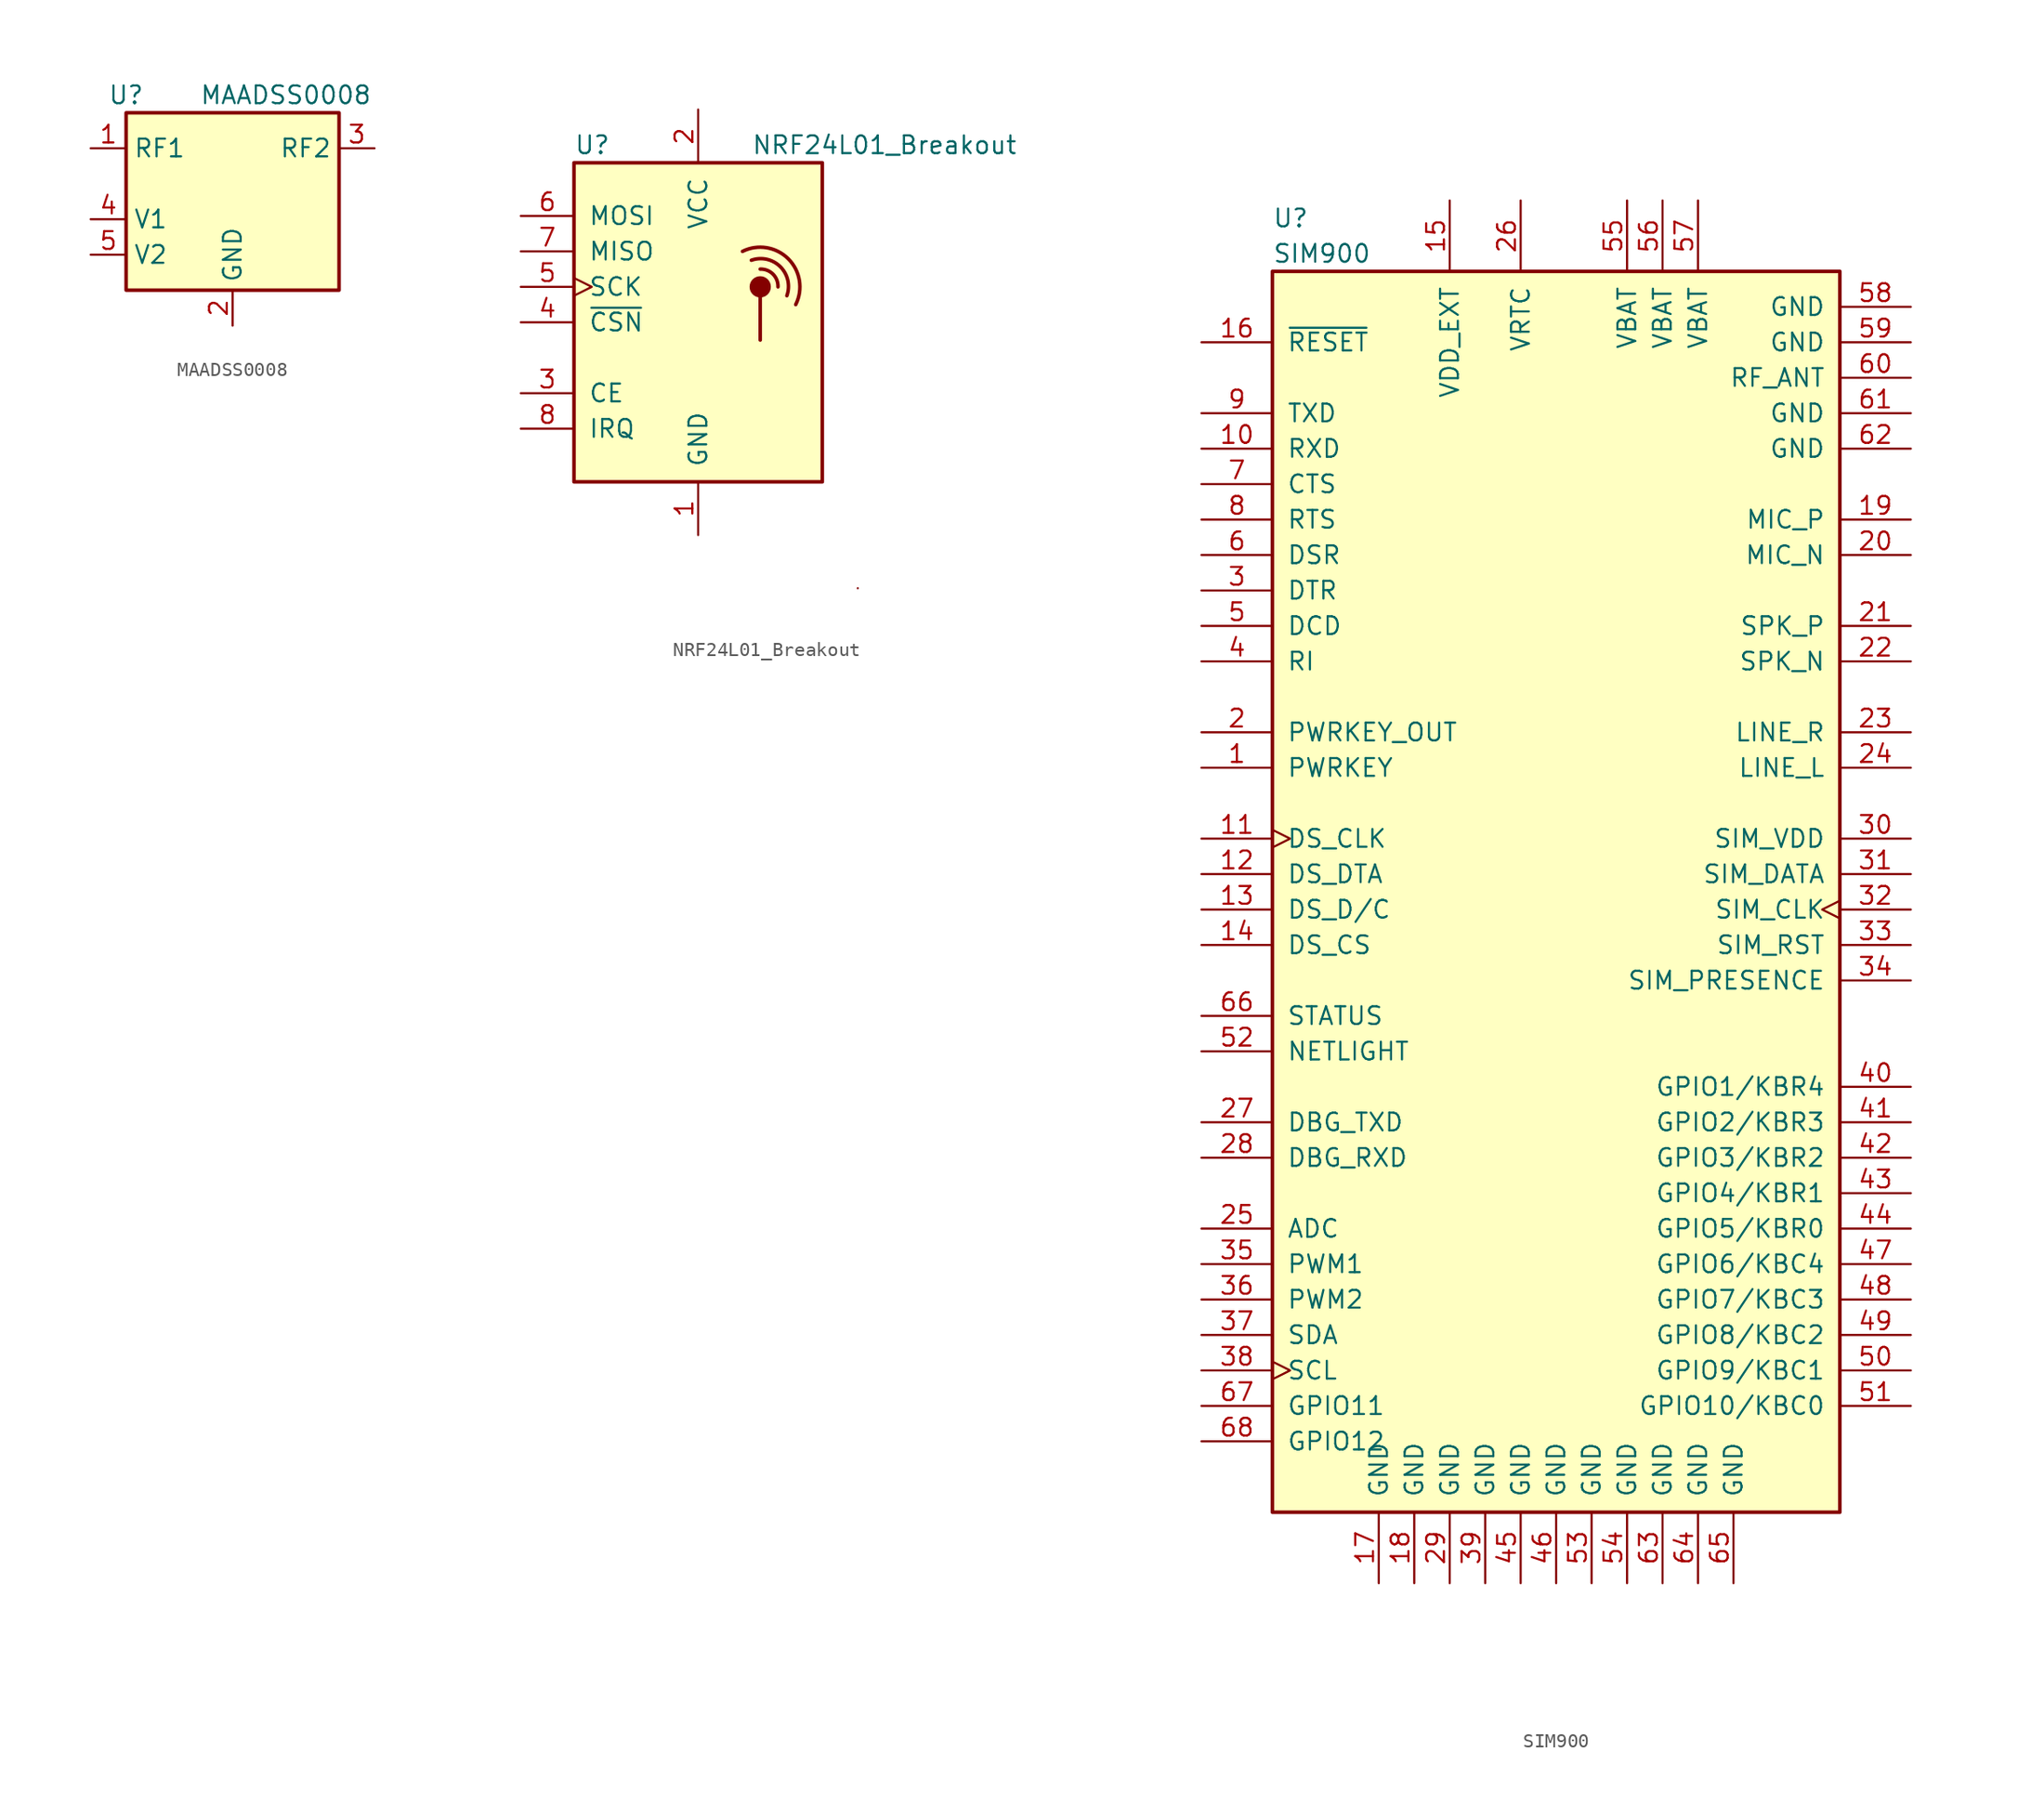
<source format=kicad_sym>
(kicad_symbol_lib
  (version 20231120)
  (generator "kicad_symbol_editor")
  (generator_version "8.0")
  (symbol "MAADSS0008"
    (property "Reference" "U"
      (at -7.62 6.35 0)
      (effects (font (size 1.27 1.27))))
    (property "Value" "MAADSS0008"
      (at 3.81 6.35 0)
      (effects (font (size 1.27 1.27))))
    (symbol "MAADSS0008_0_1"
      (rectangle (start -7.62 5.08) (end 7.62 -7.62) (stroke (width 0.254) (type solid)) (fill (type background))))
    (symbol "MAADSS0008_1_1"
      (pin passive line (at -10.16 2.54 0) (length 2.54) (name "RF1" (effects (font (size 1.27 1.27)))) (number "1" (effects (font (size 1.27 1.27)))))
      (pin passive line (at 0 -10.16 90) (length 2.54) (name "GND" (effects (font (size 1.27 1.27)))) (number "2" (effects (font (size 1.27 1.27)))))
      (pin passive line (at 10.16 2.54 180) (length 2.54) (name "RF2" (effects (font (size 1.27 1.27)))) (number "3" (effects (font (size 1.27 1.27)))))
      (pin input line (at -10.16 -2.54 0) (length 2.54) (name "V1" (effects (font (size 1.27 1.27)))) (number "4" (effects (font (size 1.27 1.27)))))
      (pin input line (at -10.16 -5.08 0) (length 2.54) (name "V2" (effects (font (size 1.27 1.27)))) (number "5" (effects (font (size 1.27 1.27)))))))
  (symbol "NRF24L01_Breakout"
    (pin_names
      (offset 1.016))
    (property "Reference" "U"
      (at -8.89 12.7 0)
      (effects (font (size 1.27 1.27)) (justify left)))
    (property "Value" "NRF24L01_Breakout"
      (at 3.81 12.7 0)
      (effects (font (size 1.27 1.27)) (justify left)))
    (symbol "NRF24L01_Breakout_0_1"
      (rectangle (start -8.89 11.43) (end 8.89 -11.43) (stroke (width 0.254) (type solid)) (fill (type background)))
      (polyline (pts (xy 4.445 1.905) (xy 4.445 -1.27)) (stroke (width 0.254) (type solid)) (fill (type none)))
      (circle (center 4.445 2.54) (radius 0.635) (stroke (width 0.254) (type solid)) (fill (type outline)))
      (arc (start 5.715 2.54) (mid 5.3521 3.4546) (end 4.445 3.81) (stroke (width 0.254) (type solid)) (fill (type none)))
      (arc (start 6.35 1.905) (mid 5.8763 3.9854) (end 3.81 4.445) (stroke (width 0.254) (type solid)) (fill (type none)))
      (arc (start 6.985 1.27) (mid 6.453 4.548) (end 3.175 5.08) (stroke (width 0.254) (type solid)) (fill (type none)))
      (rectangle (start 11.43 -19.05) (end 11.43 -19.05) (stroke (width 0) (type solid)) (fill (type none))))
    (symbol "NRF24L01_Breakout_1_1"
      (pin power_in line (at 0 -15.24 90) (length 3.81) (name "GND" (effects (font (size 1.27 1.27)))) (number "1" (effects (font (size 1.27 1.27)))))
      (pin power_in line (at 0 15.24 270) (length 3.81) (name "VCC" (effects (font (size 1.27 1.27)))) (number "2" (effects (font (size 1.27 1.27)))))
      (pin input line (at -12.7 -5.08 0) (length 3.81) (name "CE" (effects (font (size 1.27 1.27)))) (number "3" (effects (font (size 1.27 1.27)))))
      (pin input line (at -12.7 0 0) (length 3.81) (name "~{CSN}" (effects (font (size 1.27 1.27)))) (number "4" (effects (font (size 1.27 1.27)))))
      (pin input clock (at -12.7 2.54 0) (length 3.81) (name "SCK" (effects (font (size 1.27 1.27)))) (number "5" (effects (font (size 1.27 1.27)))))
      (pin input line (at -12.7 7.62 0) (length 3.81) (name "MOSI" (effects (font (size 1.27 1.27)))) (number "6" (effects (font (size 1.27 1.27)))))
      (pin output line (at -12.7 5.08 0) (length 3.81) (name "MISO" (effects (font (size 1.27 1.27)))) (number "7" (effects (font (size 1.27 1.27)))))
      (pin output line (at -12.7 -7.62 0) (length 3.81) (name "IRQ" (effects (font (size 1.27 1.27)))) (number "8" (effects (font (size 1.27 1.27)))))))
  (symbol "SIM900"
    (pin_names
      (offset 1.016))
    (property "Reference" "U"
      (at -20.32 49.53 0)
      (effects (font (size 1.27 1.27)) (justify left)))
    (property "Value" "SIM900"
      (at -20.32 46.99 0)
      (effects (font (size 1.27 1.27)) (justify left)))
    (symbol "SIM900_0_1"
      (rectangle (start -20.32 45.72) (end 20.32 -43.18) (stroke (width 0.254) (type solid)) (fill (type background))))
    (symbol "SIM900_1_1"
      (pin passive line (at -25.4 10.16 0) (length 5.08) (name "PWRKEY" (effects (font (size 1.27 1.27)))) (number "1" (effects (font (size 1.27 1.27)))))
      (pin input line (at -25.4 33.02 0) (length 5.08) (name "RXD" (effects (font (size 1.27 1.27)))) (number "10" (effects (font (size 1.27 1.27)))))
      (pin output clock (at -25.4 5.08 0) (length 5.08) (name "DS_CLK" (effects (font (size 1.27 1.27)))) (number "11" (effects (font (size 1.27 1.27)))))
      (pin bidirectional line (at -25.4 2.54 0) (length 5.08) (name "DS_DTA" (effects (font (size 1.27 1.27)))) (number "12" (effects (font (size 1.27 1.27)))))
      (pin output line (at -25.4 0 0) (length 5.08) (name "DS_D/C" (effects (font (size 1.27 1.27)))) (number "13" (effects (font (size 1.27 1.27)))))
      (pin output line (at -25.4 -2.54 0) (length 5.08) (name "DS_CS" (effects (font (size 1.27 1.27)))) (number "14" (effects (font (size 1.27 1.27)))))
      (pin power_in line (at -7.62 50.8 270) (length 5.08) (name "VDD_EXT" (effects (font (size 1.27 1.27)))) (number "15" (effects (font (size 1.27 1.27)))))
      (pin input line (at -25.4 40.64 0) (length 5.08) (name "~{RESET}" (effects (font (size 1.27 1.27)))) (number "16" (effects (font (size 1.27 1.27)))))
      (pin power_in line (at -12.7 -48.26 90) (length 5.08) (name "GND" (effects (font (size 1.27 1.27)))) (number "17" (effects (font (size 1.27 1.27)))))
      (pin power_in line (at -10.16 -48.26 90) (length 5.08) (name "GND" (effects (font (size 1.27 1.27)))) (number "18" (effects (font (size 1.27 1.27)))))
      (pin passive line (at 25.4 27.94 180) (length 5.08) (name "MIC_P" (effects (font (size 1.27 1.27)))) (number "19" (effects (font (size 1.27 1.27)))))
      (pin passive line (at -25.4 12.7 0) (length 5.08) (name "PWRKEY_OUT" (effects (font (size 1.27 1.27)))) (number "2" (effects (font (size 1.27 1.27)))))
      (pin passive line (at 25.4 25.4 180) (length 5.08) (name "MIC_N" (effects (font (size 1.27 1.27)))) (number "20" (effects (font (size 1.27 1.27)))))
      (pin passive line (at 25.4 20.32 180) (length 5.08) (name "SPK_P" (effects (font (size 1.27 1.27)))) (number "21" (effects (font (size 1.27 1.27)))))
      (pin passive line (at 25.4 17.78 180) (length 5.08) (name "SPK_N" (effects (font (size 1.27 1.27)))) (number "22" (effects (font (size 1.27 1.27)))))
      (pin passive line (at 25.4 12.7 180) (length 5.08) (name "LINE_R" (effects (font (size 1.27 1.27)))) (number "23" (effects (font (size 1.27 1.27)))))
      (pin passive line (at 25.4 10.16 180) (length 5.08) (name "LINE_L" (effects (font (size 1.27 1.27)))) (number "24" (effects (font (size 1.27 1.27)))))
      (pin passive line (at -25.4 -22.86 0) (length 5.08) (name "ADC" (effects (font (size 1.27 1.27)))) (number "25" (effects (font (size 1.27 1.27)))))
      (pin passive line (at -2.54 50.8 270) (length 5.08) (name "VRTC" (effects (font (size 1.27 1.27)))) (number "26" (effects (font (size 1.27 1.27)))))
      (pin output line (at -25.4 -15.24 0) (length 5.08) (name "DBG_TXD" (effects (font (size 1.27 1.27)))) (number "27" (effects (font (size 1.27 1.27)))))
      (pin input line (at -25.4 -17.78 0) (length 5.08) (name "DBG_RXD" (effects (font (size 1.27 1.27)))) (number "28" (effects (font (size 1.27 1.27)))))
      (pin power_in line (at -7.62 -48.26 90) (length 5.08) (name "GND" (effects (font (size 1.27 1.27)))) (number "29" (effects (font (size 1.27 1.27)))))
      (pin output line (at -25.4 22.86 0) (length 5.08) (name "DTR" (effects (font (size 1.27 1.27)))) (number "3" (effects (font (size 1.27 1.27)))))
      (pin power_out line (at 25.4 5.08 180) (length 5.08) (name "SIM_VDD" (effects (font (size 1.27 1.27)))) (number "30" (effects (font (size 1.27 1.27)))))
      (pin bidirectional line (at 25.4 2.54 180) (length 5.08) (name "SIM_DATA" (effects (font (size 1.27 1.27)))) (number "31" (effects (font (size 1.27 1.27)))))
      (pin output clock (at 25.4 0 180) (length 5.08) (name "SIM_CLK" (effects (font (size 1.27 1.27)))) (number "32" (effects (font (size 1.27 1.27)))))
      (pin output line (at 25.4 -2.54 180) (length 5.08) (name "SIM_RST" (effects (font (size 1.27 1.27)))) (number "33" (effects (font (size 1.27 1.27)))))
      (pin output line (at 25.4 -5.08 180) (length 5.08) (name "SIM_PRESENCE" (effects (font (size 1.27 1.27)))) (number "34" (effects (font (size 1.27 1.27)))))
      (pin output line (at -25.4 -25.4 0) (length 5.08) (name "PWM1" (effects (font (size 1.27 1.27)))) (number "35" (effects (font (size 1.27 1.27)))))
      (pin output line (at -25.4 -27.94 0) (length 5.08) (name "PWM2" (effects (font (size 1.27 1.27)))) (number "36" (effects (font (size 1.27 1.27)))))
      (pin bidirectional line (at -25.4 -30.48 0) (length 5.08) (name "SDA" (effects (font (size 1.27 1.27)))) (number "37" (effects (font (size 1.27 1.27)))))
      (pin output clock (at -25.4 -33.02 0) (length 5.08) (name "SCL" (effects (font (size 1.27 1.27)))) (number "38" (effects (font (size 1.27 1.27)))))
      (pin power_in line (at -5.08 -48.26 90) (length 5.08) (name "GND" (effects (font (size 1.27 1.27)))) (number "39" (effects (font (size 1.27 1.27)))))
      (pin output line (at -25.4 17.78 0) (length 5.08) (name "RI" (effects (font (size 1.27 1.27)))) (number "4" (effects (font (size 1.27 1.27)))))
      (pin bidirectional line (at 25.4 -12.7 180) (length 5.08) (name "GPIO1/KBR4" (effects (font (size 1.27 1.27)))) (number "40" (effects (font (size 1.27 1.27)))))
      (pin bidirectional line (at 25.4 -15.24 180) (length 5.08) (name "GPIO2/KBR3" (effects (font (size 1.27 1.27)))) (number "41" (effects (font (size 1.27 1.27)))))
      (pin bidirectional line (at 25.4 -17.78 180) (length 5.08) (name "GPIO3/KBR2" (effects (font (size 1.27 1.27)))) (number "42" (effects (font (size 1.27 1.27)))))
      (pin bidirectional line (at 25.4 -20.32 180) (length 5.08) (name "GPIO4/KBR1" (effects (font (size 1.27 1.27)))) (number "43" (effects (font (size 1.27 1.27)))))
      (pin bidirectional line (at 25.4 -22.86 180) (length 5.08) (name "GPIO5/KBR0" (effects (font (size 1.27 1.27)))) (number "44" (effects (font (size 1.27 1.27)))))
      (pin power_in line (at -2.54 -48.26 90) (length 5.08) (name "GND" (effects (font (size 1.27 1.27)))) (number "45" (effects (font (size 1.27 1.27)))))
      (pin power_in line (at 0 -48.26 90) (length 5.08) (name "GND" (effects (font (size 1.27 1.27)))) (number "46" (effects (font (size 1.27 1.27)))))
      (pin bidirectional line (at 25.4 -25.4 180) (length 5.08) (name "GPIO6/KBC4" (effects (font (size 1.27 1.27)))) (number "47" (effects (font (size 1.27 1.27)))))
      (pin bidirectional line (at 25.4 -27.94 180) (length 5.08) (name "GPIO7/KBC3" (effects (font (size 1.27 1.27)))) (number "48" (effects (font (size 1.27 1.27)))))
      (pin bidirectional line (at 25.4 -30.48 180) (length 5.08) (name "GPIO8/KBC2" (effects (font (size 1.27 1.27)))) (number "49" (effects (font (size 1.27 1.27)))))
      (pin output line (at -25.4 20.32 0) (length 5.08) (name "DCD" (effects (font (size 1.27 1.27)))) (number "5" (effects (font (size 1.27 1.27)))))
      (pin bidirectional line (at 25.4 -33.02 180) (length 5.08) (name "GPIO9/KBC1" (effects (font (size 1.27 1.27)))) (number "50" (effects (font (size 1.27 1.27)))))
      (pin bidirectional line (at 25.4 -35.56 180) (length 5.08) (name "GPIO10/KBC0" (effects (font (size 1.27 1.27)))) (number "51" (effects (font (size 1.27 1.27)))))
      (pin passive line (at -25.4 -10.16 0) (length 5.08) (name "NETLIGHT" (effects (font (size 1.27 1.27)))) (number "52" (effects (font (size 1.27 1.27)))))
      (pin power_in line (at 2.54 -48.26 90) (length 5.08) (name "GND" (effects (font (size 1.27 1.27)))) (number "53" (effects (font (size 1.27 1.27)))))
      (pin power_in line (at 5.08 -48.26 90) (length 5.08) (name "GND" (effects (font (size 1.27 1.27)))) (number "54" (effects (font (size 1.27 1.27)))))
      (pin power_in line (at 5.08 50.8 270) (length 5.08) (name "VBAT" (effects (font (size 1.27 1.27)))) (number "55" (effects (font (size 1.27 1.27)))))
      (pin power_in line (at 7.62 50.8 270) (length 5.08) (name "VBAT" (effects (font (size 1.27 1.27)))) (number "56" (effects (font (size 1.27 1.27)))))
      (pin power_in line (at 10.16 50.8 270) (length 5.08) (name "VBAT" (effects (font (size 1.27 1.27)))) (number "57" (effects (font (size 1.27 1.27)))))
      (pin power_in line (at 25.4 43.18 180) (length 5.08) (name "GND" (effects (font (size 1.27 1.27)))) (number "58" (effects (font (size 1.27 1.27)))))
      (pin power_in line (at 25.4 40.64 180) (length 5.08) (name "GND" (effects (font (size 1.27 1.27)))) (number "59" (effects (font (size 1.27 1.27)))))
      (pin output line (at -25.4 25.4 0) (length 5.08) (name "DSR" (effects (font (size 1.27 1.27)))) (number "6" (effects (font (size 1.27 1.27)))))
      (pin passive line (at 25.4 38.1 180) (length 5.08) (name "RF_ANT" (effects (font (size 1.27 1.27)))) (number "60" (effects (font (size 1.27 1.27)))))
      (pin power_in line (at 25.4 35.56 180) (length 5.08) (name "GND" (effects (font (size 1.27 1.27)))) (number "61" (effects (font (size 1.27 1.27)))))
      (pin power_in line (at 25.4 33.02 180) (length 5.08) (name "GND" (effects (font (size 1.27 1.27)))) (number "62" (effects (font (size 1.27 1.27)))))
      (pin power_in line (at 7.62 -48.26 90) (length 5.08) (name "GND" (effects (font (size 1.27 1.27)))) (number "63" (effects (font (size 1.27 1.27)))))
      (pin power_in line (at 10.16 -48.26 90) (length 5.08) (name "GND" (effects (font (size 1.27 1.27)))) (number "64" (effects (font (size 1.27 1.27)))))
      (pin power_in line (at 12.7 -48.26 90) (length 5.08) (name "GND" (effects (font (size 1.27 1.27)))) (number "65" (effects (font (size 1.27 1.27)))))
      (pin passive line (at -25.4 -7.62 0) (length 5.08) (name "STATUS" (effects (font (size 1.27 1.27)))) (number "66" (effects (font (size 1.27 1.27)))))
      (pin bidirectional line (at -25.4 -35.56 0) (length 5.08) (name "GPIO11" (effects (font (size 1.27 1.27)))) (number "67" (effects (font (size 1.27 1.27)))))
      (pin bidirectional line (at -25.4 -38.1 0) (length 5.08) (name "GPIO12" (effects (font (size 1.27 1.27)))) (number "68" (effects (font (size 1.27 1.27)))))
      (pin output line (at -25.4 30.48 0) (length 5.08) (name "CTS" (effects (font (size 1.27 1.27)))) (number "7" (effects (font (size 1.27 1.27)))))
      (pin input line (at -25.4 27.94 0) (length 5.08) (name "RTS" (effects (font (size 1.27 1.27)))) (number "8" (effects (font (size 1.27 1.27)))))
      (pin output line (at -25.4 35.56 0) (length 5.08) (name "TXD" (effects (font (size 1.27 1.27)))) (number "9" (effects (font (size 1.27 1.27))))))))
</source>
